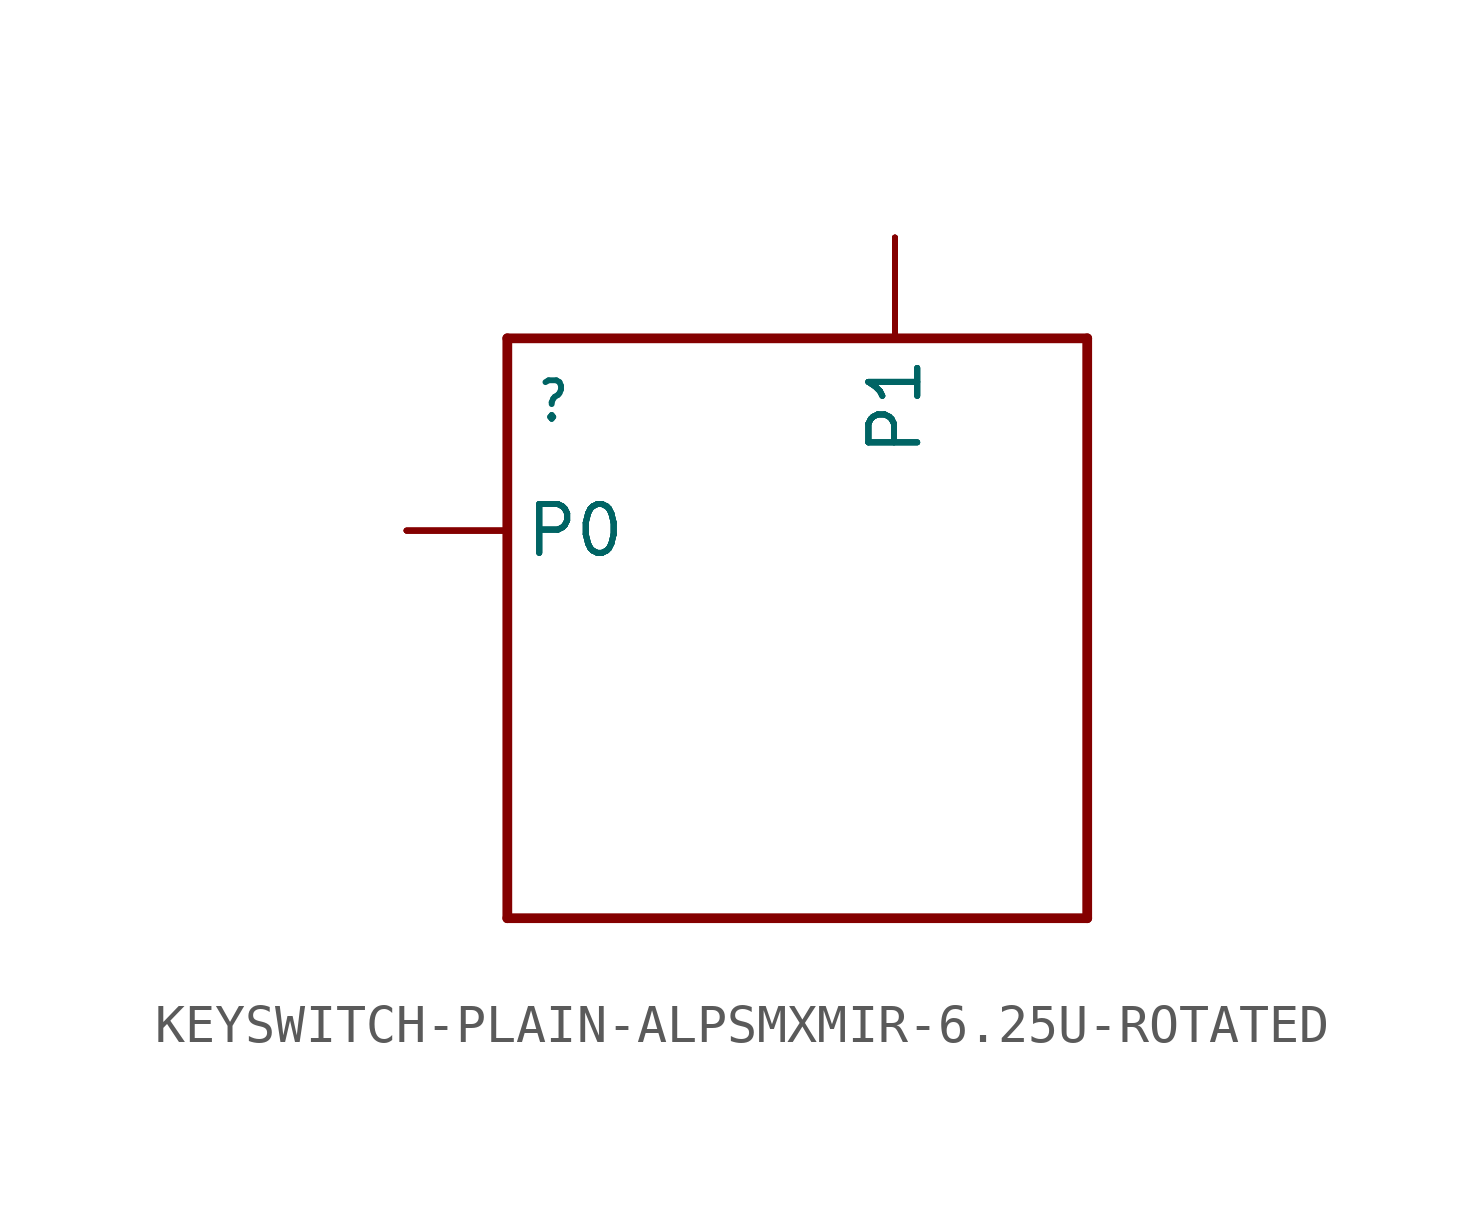
<source format=kicad_sym>
(kicad_symbol_lib
  (version 20211014)
  (generator kicad_symbol_editor)
  (symbol "KEYSWITCH-PLAIN-ALPSMXMIR-6.25U-ROTATED"
    (property "Reference" ""
      (at -6.81 5.318 0)
      (effects (font (size 1 0.85)) (justify left bottom)))
    (property "ki_locked" ""
      (at 0 0 0)
      (effects (font (size 1.27 1.27))))
    (symbol "KEYSWITCH-PLAIN-ALPSMXMIR-6.25U-ROTATED_1_0"
      (polyline (pts (xy -7.54 -7.54) (xy -7.54 7.54)) (stroke (width 0.254) (type default) (color 0 0 0 0)) (fill (type none)))
      (polyline (pts (xy -7.54 7.54) (xy 7.54 7.54)) (stroke (width 0.254) (type default) (color 0 0 0 0)) (fill (type none)))
      (polyline (pts (xy 7.54 -7.54) (xy -7.54 -7.54)) (stroke (width 0.254) (type default) (color 0 0 0 0)) (fill (type none)))
      (polyline (pts (xy 7.54 7.54) (xy 7.54 -7.54)) (stroke (width 0.254) (type default) (color 0 0 0 0)) (fill (type none)))
      (pin bidirectional line (at -10.16 2.54 0) (length 2.54) (name "P0" (effects (font (size 1.27 1.27)))) (number "ALPS1" (effects (font (size 0 0)))))
      (pin bidirectional line (at 2.54 10.16 270) (length 2.54) (name "P1" (effects (font (size 1.27 1.27)))) (number "ALPS2" (effects (font (size 0 0)))))
      (pin bidirectional line (at -10.16 2.54 0) (length 2.54) (name "P0" (effects (font (size 1.27 1.27)))) (number "ALPS3" (effects (font (size 0 0)))))
      (pin bidirectional line (at 2.54 10.16 270) (length 2.54) (name "P1" (effects (font (size 1.27 1.27)))) (number "ALPS4" (effects (font (size 0 0)))))
      (pin bidirectional line (at -10.16 2.54 0) (length 2.54) (name "P0" (effects (font (size 1.27 1.27)))) (number "MX1" (effects (font (size 0 0)))))
      (pin bidirectional line (at 2.54 10.16 270) (length 2.54) (name "P1" (effects (font (size 1.27 1.27)))) (number "MX2" (effects (font (size 0 0)))))
      (pin bidirectional line (at -10.16 2.54 0) (length 2.54) (name "P0" (effects (font (size 1.27 1.27)))) (number "MX3" (effects (font (size 0 0)))))
      (pin bidirectional line (at 2.54 10.16 270) (length 2.54) (name "P1" (effects (font (size 1.27 1.27)))) (number "MX4" (effects (font (size 0 0))))))))
</source>
